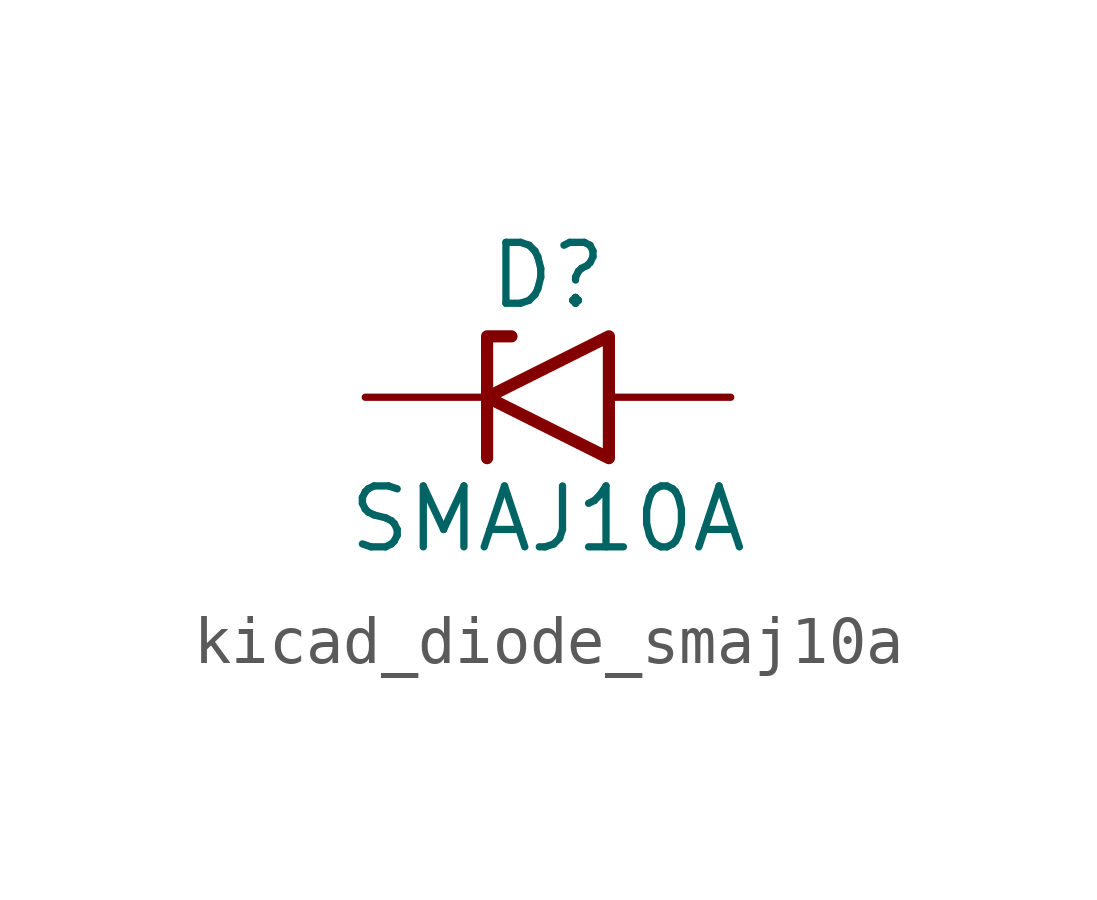
<source format=kicad_sym>
(kicad_symbol_lib
  (version 20220914)
  (generator kicad_symbol_editor)
  (symbol "kicad_diode_smaj10a"
    (pin_numbers hide)
    (pin_names
      (offset 1.016) hide)
    (property "Reference" "D"
      (at 0 2.54 0)
      (effects (font (size 1.27 1.27))))
    (property "Value" "SMAJ10A"
      (at 0 -2.54 0)
      (effects (font (size 1.27 1.27))))
    (symbol "kicad_diode_smaj10a_0_1"
      (polyline (pts (xy -0.762 1.27) (xy -1.27 1.27) (xy -1.27 -1.27)) (stroke (width 0.254) (type default)) (fill (type none)))
      (polyline (pts (xy 1.27 1.27) (xy 1.27 -1.27) (xy -1.27 0) (xy 1.27 1.27)) (stroke (width 0.254) (type default)) (fill (type none))))
    (symbol "kicad_diode_smaj10a_1_1"
      (pin passive line (at -3.81 0 0) (length 2.54) (name "A1" (effects (font (size 1.27 1.27)))) (number "1" (effects (font (size 1.27 1.27)))))
      (pin passive line (at 3.81 0 180) (length 2.54) (name "A2" (effects (font (size 1.27 1.27)))) (number "2" (effects (font (size 1.27 1.27))))))))
</source>
